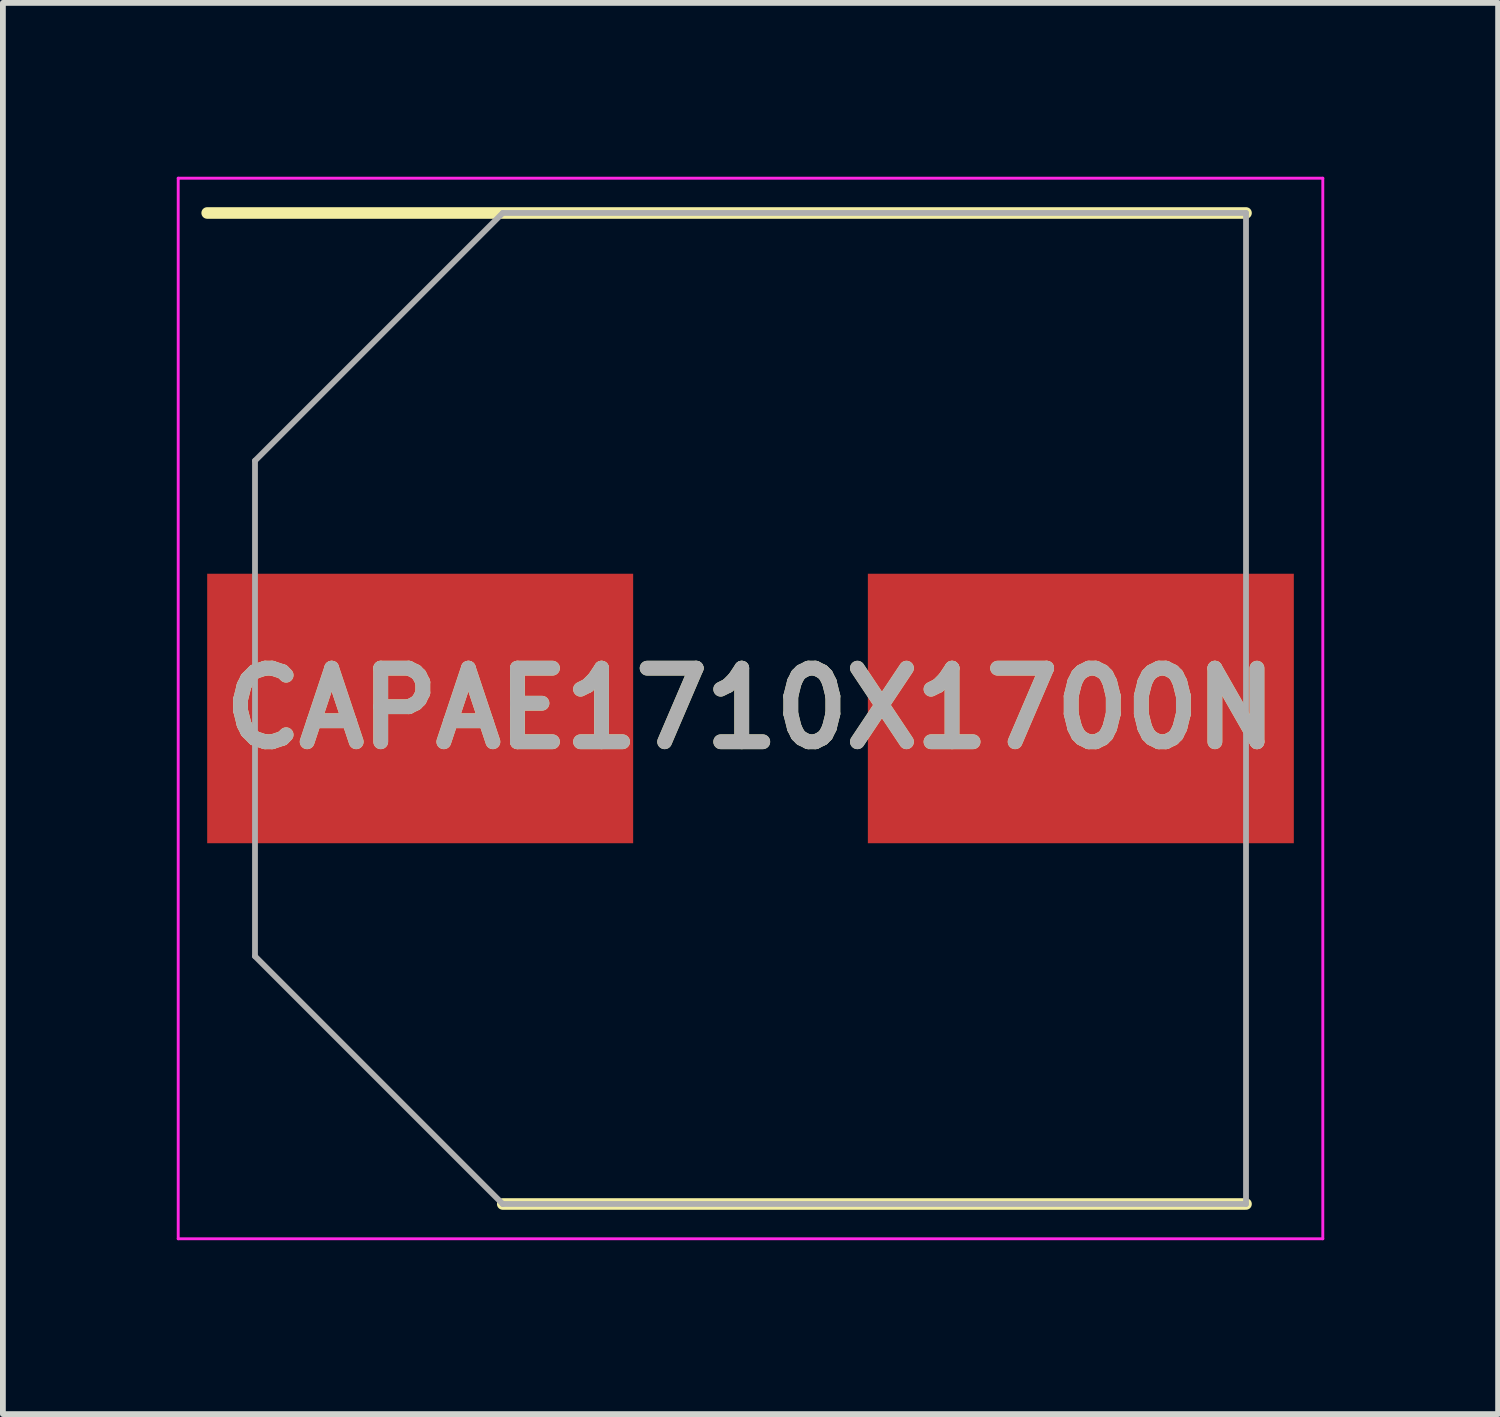
<source format=kicad_pcb>
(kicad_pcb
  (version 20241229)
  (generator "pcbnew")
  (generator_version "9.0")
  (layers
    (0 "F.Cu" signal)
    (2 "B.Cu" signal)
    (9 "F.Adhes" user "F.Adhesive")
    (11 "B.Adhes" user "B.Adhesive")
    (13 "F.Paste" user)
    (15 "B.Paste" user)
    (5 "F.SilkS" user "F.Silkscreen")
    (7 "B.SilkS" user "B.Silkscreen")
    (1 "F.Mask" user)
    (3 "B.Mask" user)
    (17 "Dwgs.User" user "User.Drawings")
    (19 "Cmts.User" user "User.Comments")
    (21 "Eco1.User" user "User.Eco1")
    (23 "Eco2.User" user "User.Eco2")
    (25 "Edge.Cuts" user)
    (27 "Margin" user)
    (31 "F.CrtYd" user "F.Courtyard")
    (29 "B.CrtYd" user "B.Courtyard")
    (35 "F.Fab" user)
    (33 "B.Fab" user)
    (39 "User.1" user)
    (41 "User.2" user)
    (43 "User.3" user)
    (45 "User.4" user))
  (footprint "CAPAE1710X1700N"
    (layer "F.Cu")
    (at 9.9 9.175)
    (property "Reference" "CAPAE1710X1700N" (at 0 0 0) (layer "F.SilkS") (effects (font (size 1.27 1.27) (thickness 0.254))))
    (attr smd)
    (fp_line (start -9.375 -8.55) (end 8.55 -8.55) (stroke (width 0.2) (type solid)) (layer "F.SilkS"))
    (fp_line (start -4.275 8.55) (end 8.55 8.55) (stroke (width 0.2) (type solid)) (layer "F.SilkS"))
    (fp_line (start -9.875 -9.15) (end 9.875 -9.15) (stroke (width 0.05) (type solid)) (layer "F.CrtYd"))
    (fp_line (start -9.875 9.15) (end -9.875 -9.15) (stroke (width 0.05) (type solid)) (layer "F.CrtYd"))
    (fp_line (start 9.875 -9.15) (end 9.875 9.15) (stroke (width 0.05) (type solid)) (layer "F.CrtYd"))
    (fp_line (start 9.875 9.15) (end -9.875 9.15) (stroke (width 0.05) (type solid)) (layer "F.CrtYd"))
    (fp_line (start -8.55 -4.275) (end -8.55 4.275) (stroke (width 0.1) (type solid)) (layer "F.Fab"))
    (fp_line (start -8.55 4.275) (end -4.275 8.55) (stroke (width 0.1) (type solid)) (layer "F.Fab"))
    (fp_line (start -4.275 -8.55) (end -8.55 -4.275) (stroke (width 0.1) (type solid)) (layer "F.Fab"))
    (fp_line (start -4.275 8.55) (end 8.55 8.55) (stroke (width 0.1) (type solid)) (layer "F.Fab"))
    (fp_line (start 8.55 -8.55) (end -4.275 -8.55) (stroke (width 0.1) (type solid)) (layer "F.Fab"))
    (fp_line (start 8.55 8.55) (end 8.55 -8.55) (stroke (width 0.1) (type solid)) (layer "F.Fab"))
    (fp_text user "${REFERENCE}" (at 0 0 0) (layer "F.Fab") (effects (font (size 1.27 1.27) (thickness 0.254))))
    (pad "1" smd rect (at -5.7 0 90) (size 4.65 7.35) (layers "F.Cu" "F.Mask" "F.Paste"))
    (pad "2" smd rect (at 5.7 0 90) (size 4.65 7.35) (layers "F.Cu" "F.Mask" "F.Paste")))
  (gr_rect
    (start -3 -3)
    (end 22.8 21.35)
    (stroke (width 0.1) (type default))
    (fill no)
    (layer "Edge.Cuts")))
</source>
